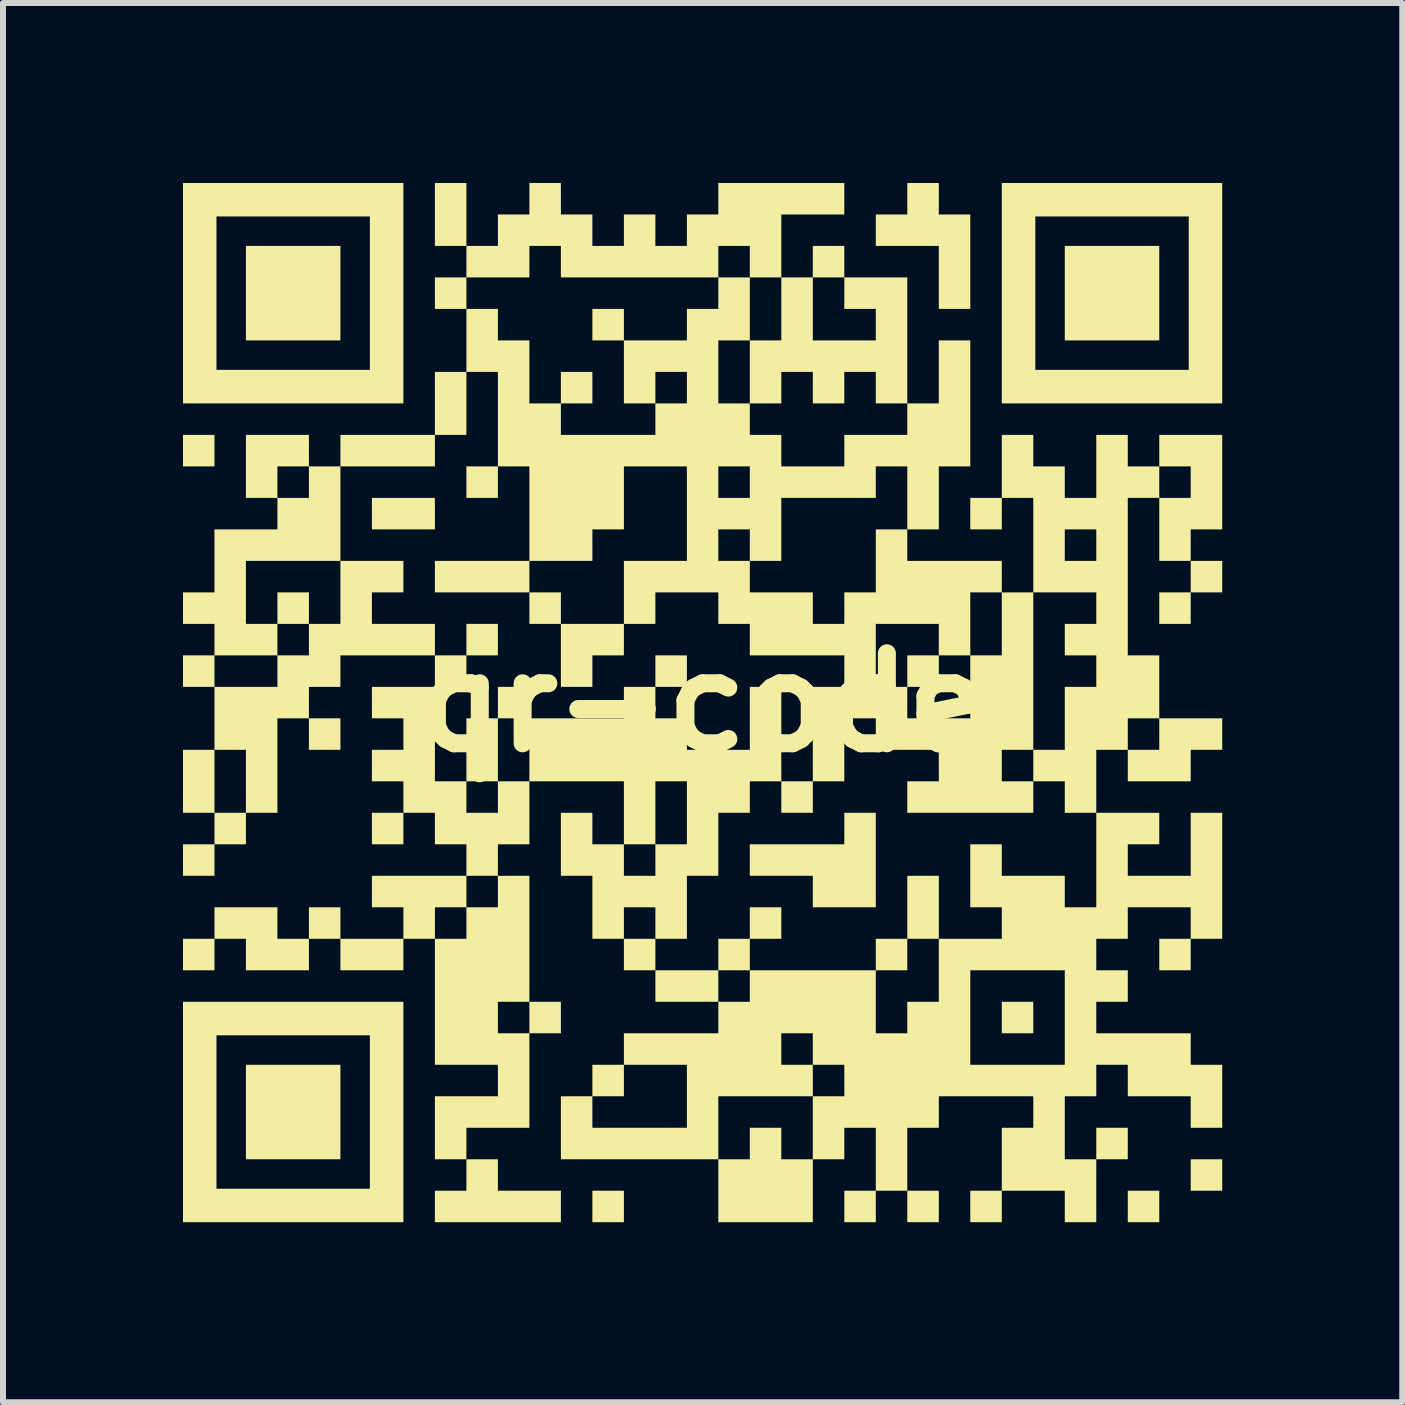
<source format=kicad_pcb>
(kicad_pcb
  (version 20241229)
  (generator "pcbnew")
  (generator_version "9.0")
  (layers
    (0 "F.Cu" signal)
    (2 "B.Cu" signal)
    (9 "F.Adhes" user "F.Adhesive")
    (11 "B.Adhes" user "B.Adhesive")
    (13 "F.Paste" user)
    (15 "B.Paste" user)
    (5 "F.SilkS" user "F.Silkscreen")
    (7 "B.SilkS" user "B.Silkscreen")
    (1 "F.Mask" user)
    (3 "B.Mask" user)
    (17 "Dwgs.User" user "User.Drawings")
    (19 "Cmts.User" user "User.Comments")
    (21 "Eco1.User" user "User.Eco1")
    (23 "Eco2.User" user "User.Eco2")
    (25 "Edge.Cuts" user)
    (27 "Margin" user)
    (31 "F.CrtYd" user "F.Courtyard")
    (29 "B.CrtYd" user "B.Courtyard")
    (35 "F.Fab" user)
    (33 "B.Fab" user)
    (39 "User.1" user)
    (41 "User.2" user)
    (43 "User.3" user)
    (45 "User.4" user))
  (footprint "qr-code"
    (layer "F.Cu")
    (at 8.661 8.661)
    (property "Reference" "qr-code" (at 0 0 0) (layer "F.SilkS") (effects (font (size 1.5 1.5) (thickness 0.3))))
    (attr board_only exclude_from_pos_files exclude_from_bom)
    (fp_poly (pts (xy -8.136 -4.199) (xy -8.136 -3.937) (xy -8.399 -3.937) (xy -8.661 -3.937) (xy -8.661 -4.199) (xy -8.661 -4.462) (xy -8.399 -4.462) (xy -8.136 -4.462)) (stroke (width 0) (type solid)) (fill yes) (layer "F.SilkS"))
    (fp_poly (pts (xy -6.562 -1.575) (xy -6.562 -1.312) (xy -6.824 -1.312) (xy -7.087 -1.312) (xy -7.087 -1.575) (xy -7.087 -1.837) (xy -6.824 -1.837) (xy -6.562 -1.837)) (stroke (width 0) (type solid)) (fill yes) (layer "F.SilkS"))
    (fp_poly (pts (xy -6.037 -6.824) (xy -6.037 -6.037) (xy -6.824 -6.037) (xy -7.612 -6.037) (xy -7.612 -6.824) (xy -7.612 -7.612) (xy -6.824 -7.612) (xy -6.037 -7.612)) (stroke (width 0) (type solid)) (fill yes) (layer "F.SilkS"))
    (fp_poly (pts (xy -6.037 0.525) (xy -6.037 0.787) (xy -6.299 0.787) (xy -6.562 0.787) (xy -6.562 0.525) (xy -6.562 0.262) (xy -6.299 0.262) (xy -6.037 0.262)) (stroke (width 0) (type solid)) (fill yes) (layer "F.SilkS"))
    (fp_poly (pts (xy -6.037 6.824) (xy -6.037 7.612) (xy -6.824 7.612) (xy -7.612 7.612) (xy -7.612 6.824) (xy -7.612 6.037) (xy -6.824 6.037) (xy -6.037 6.037)) (stroke (width 0) (type solid)) (fill yes) (layer "F.SilkS"))
    (fp_poly (pts (xy -4.462 -3.15) (xy -4.462 -2.887) (xy -4.987 -2.887) (xy -5.512 -2.887) (xy -5.512 -3.15) (xy -5.512 -3.412) (xy -4.987 -3.412) (xy -4.462 -3.412)) (stroke (width 0) (type solid)) (fill yes) (layer "F.SilkS"))
    (fp_poly (pts (xy -3.412 -3.675) (xy -3.412 -3.412) (xy -3.675 -3.412) (xy -3.937 -3.412) (xy -3.937 -3.675) (xy -3.937 -3.937) (xy -3.675 -3.937) (xy -3.412 -3.937)) (stroke (width 0) (type solid)) (fill yes) (layer "F.SilkS"))
    (fp_poly (pts (xy -3.412 -1.05) (xy -3.412 -0.787) (xy -3.675 -0.787) (xy -3.937 -0.787) (xy -3.937 -1.05) (xy -3.937 -1.312) (xy -3.675 -1.312) (xy -3.412 -1.312)) (stroke (width 0) (type solid)) (fill yes) (layer "F.SilkS"))
    (fp_poly (pts (xy -2.887 -2.1) (xy -2.887 -1.837) (xy -3.675 -1.837) (xy -4.462 -1.837) (xy -4.462 -2.1) (xy -4.462 -2.362) (xy -3.675 -2.362) (xy -2.887 -2.362)) (stroke (width 0) (type solid)) (fill yes) (layer "F.SilkS"))
    (fp_poly (pts (xy -2.362 -1.575) (xy -2.362 -1.312) (xy -2.625 -1.312) (xy -2.887 -1.312) (xy -2.887 -1.575) (xy -2.887 -1.837) (xy -2.625 -1.837) (xy -2.362 -1.837)) (stroke (width 0) (type solid)) (fill yes) (layer "F.SilkS"))
    (fp_poly (pts (xy -1.837 -5.249) (xy -1.837 -4.987) (xy -2.1 -4.987) (xy -2.362 -4.987) (xy -2.362 -5.249) (xy -2.362 -5.512) (xy -2.1 -5.512) (xy -1.837 -5.512)) (stroke (width 0) (type solid)) (fill yes) (layer "F.SilkS"))
    (fp_poly (pts (xy -1.312 -6.299) (xy -1.312 -6.037) (xy -1.575 -6.037) (xy -1.837 -6.037) (xy -1.837 -6.299) (xy -1.837 -6.562) (xy -1.575 -6.562) (xy -1.312 -6.562)) (stroke (width 0) (type solid)) (fill yes) (layer "F.SilkS"))
    (fp_poly (pts (xy -1.312 8.399) (xy -1.312 8.661) (xy -1.575 8.661) (xy -1.837 8.661) (xy -1.837 8.399) (xy -1.837 8.136) (xy -1.575 8.136) (xy -1.312 8.136)) (stroke (width 0) (type solid)) (fill yes) (layer "F.SilkS"))
    (fp_poly (pts (xy -0.787 4.199) (xy -0.787 4.462) (xy -1.05 4.462) (xy -1.312 4.462) (xy -1.312 4.199) (xy -1.312 3.937) (xy -1.05 3.937) (xy -0.787 3.937)) (stroke (width 0) (type solid)) (fill yes) (layer "F.SilkS"))
    (fp_poly (pts (xy -0.262 -0.525) (xy -0.262 -0.262) (xy -0.525 -0.262) (xy -0.787 -0.262) (xy -0.787 -0.525) (xy -0.787 -0.787) (xy -0.525 -0.787) (xy -0.262 -0.787)) (stroke (width 0) (type solid)) (fill yes) (layer "F.SilkS"))
    (fp_poly (pts (xy 1.837 1.575) (xy 1.837 1.837) (xy 1.575 1.837) (xy 1.312 1.837) (xy 1.312 1.575) (xy 1.312 1.312) (xy 1.575 1.312) (xy 1.837 1.312)) (stroke (width 0) (type solid)) (fill yes) (layer "F.SilkS"))
    (fp_poly (pts (xy 3.937 -0.525) (xy 3.937 -0.262) (xy 3.675 -0.262) (xy 3.412 -0.262) (xy 3.412 -0.525) (xy 3.412 -0.787) (xy 3.675 -0.787) (xy 3.937 -0.787)) (stroke (width 0) (type solid)) (fill yes) (layer "F.SilkS"))
    (fp_poly (pts (xy 3.937 8.399) (xy 3.937 8.661) (xy 3.675 8.661) (xy 3.412 8.661) (xy 3.412 8.399) (xy 3.412 8.136) (xy 3.675 8.136) (xy 3.937 8.136)) (stroke (width 0) (type solid)) (fill yes) (layer "F.SilkS"))
    (fp_poly (pts (xy 5.512 5.249) (xy 5.512 5.512) (xy 5.249 5.512) (xy 4.987 5.512) (xy 4.987 5.249) (xy 4.987 4.987) (xy 5.249 4.987) (xy 5.512 4.987)) (stroke (width 0) (type solid)) (fill yes) (layer "F.SilkS"))
    (fp_poly (pts (xy 7.612 -6.824) (xy 7.612 -6.037) (xy 6.824 -6.037) (xy 6.037 -6.037) (xy 6.037 -6.824) (xy 6.037 -7.612) (xy 6.824 -7.612) (xy 7.612 -7.612)) (stroke (width 0) (type solid)) (fill yes) (layer "F.SilkS"))
    (fp_poly (pts (xy 7.612 8.399) (xy 7.612 8.661) (xy 7.349 8.661) (xy 7.087 8.661) (xy 7.087 8.399) (xy 7.087 8.136) (xy 7.349 8.136) (xy 7.612 8.136)) (stroke (width 0) (type solid)) (fill yes) (layer "F.SilkS"))
    (fp_poly (pts (xy 8.661 7.874) (xy 8.661 8.136) (xy 8.399 8.136) (xy 8.136 8.136) (xy 8.136 7.874) (xy 8.136 7.612) (xy 8.399 7.612) (xy 8.661 7.612)) (stroke (width 0) (type solid)) (fill yes) (layer "F.SilkS"))
    (fp_poly (pts (xy -1.312 -1.05) (xy -1.312 -0.787) (xy -1.575 -0.787) (xy -1.837 -0.787) (xy -1.837 -0.525) (xy -1.837 -0.262) (xy -2.1 -0.262) (xy -2.362 -0.262) (xy -2.362 -0.787) (xy -2.362 -1.312) (xy -1.837 -1.312) (xy -1.312 -1.312)) (stroke (width 0) (type solid)) (fill yes) (layer "F.SilkS"))
    (fp_poly (pts (xy -3.412 7.874) (xy -3.412 8.136) (xy -2.887 8.136) (xy -2.362 8.136) (xy -2.362 8.399) (xy -2.362 8.661) (xy -3.412 8.661) (xy -4.462 8.661) (xy -4.462 8.399) (xy -4.462 8.136) (xy -4.199 8.136) (xy -3.937 8.136) (xy -3.937 7.874) (xy -3.937 7.612) (xy -3.675 7.612) (xy -3.412 7.612)) (stroke (width 0) (type solid)) (fill yes) (layer "F.SilkS"))
    (fp_poly (pts (xy -2.887 -0.000001) (xy -2.887 0.262) (xy -3.15 0.262) (xy -3.412 0.262) (xy -3.412 0.787) (xy -3.412 1.312) (xy -3.675 1.312) (xy -3.937 1.312) (xy -3.937 0.787) (xy -3.937 0.262) (xy -3.675 0.262) (xy -3.412 0.262) (xy -3.412 -0.000001) (xy -3.412 -0.262) (xy -3.15 -0.262) (xy -2.887 -0.262)) (stroke (width 0) (type solid)) (fill yes) (layer "F.SilkS"))
    (fp_poly (pts (xy 1.312 3.675) (xy 1.312 3.937) (xy 1.05 3.937) (xy 0.787 3.937) (xy 0.787 4.199) (xy 0.787 4.462) (xy 0.525 4.462) (xy 0.262 4.462) (xy 0.262 4.199) (xy 0.262 3.937) (xy 0.525 3.937) (xy 0.787 3.937) (xy 0.787 3.675) (xy 0.787 3.412) (xy 1.05 3.412) (xy 1.312 3.412)) (stroke (width 0) (type solid)) (fill yes) (layer "F.SilkS"))
    (fp_poly (pts (xy 2.887 2.625) (xy 2.887 3.412) (xy 2.362 3.412) (xy 1.837 3.412) (xy 1.837 3.15) (xy 1.837 2.887) (xy 1.312 2.887) (xy 0.787 2.887) (xy 0.787 2.625) (xy 0.787 2.362) (xy 1.575 2.362) (xy 2.362 2.362) (xy 2.362 2.1) (xy 2.362 1.837) (xy 2.625 1.837) (xy 2.887 1.837)) (stroke (width 0) (type solid)) (fill yes) (layer "F.SilkS"))
    (fp_poly (pts (xy 3.937 3.412) (xy 3.937 3.937) (xy 3.675 3.937) (xy 3.412 3.937) (xy 3.412 4.199) (xy 3.412 4.462) (xy 3.15 4.462) (xy 2.887 4.462) (xy 2.887 4.199) (xy 2.887 3.937) (xy 3.15 3.937) (xy 3.412 3.937) (xy 3.412 3.412) (xy 3.412 2.887) (xy 3.675 2.887) (xy 3.937 2.887)) (stroke (width 0) (type solid)) (fill yes) (layer "F.SilkS"))
    (fp_poly (pts (xy 8.661 -2.1) (xy 8.661 -1.837) (xy 8.399 -1.837) (xy 8.136 -1.837) (xy 8.136 -1.575) (xy 8.136 -1.312) (xy 7.874 -1.312) (xy 7.612 -1.312) (xy 7.612 -1.575) (xy 7.612 -1.837) (xy 7.874 -1.837) (xy 8.136 -1.837) (xy 8.136 -2.1) (xy 8.136 -2.362) (xy 8.399 -2.362) (xy 8.661 -2.362)) (stroke (width 0) (type solid)) (fill yes) (layer "F.SilkS"))
    (fp_poly (pts (xy -4.987 -6.824) (xy -4.987 -4.987) (xy -6.824 -4.987) (xy -8.661 -4.987) (xy -8.661 -6.824) (xy -8.103 -6.824) (xy -8.103 -5.546) (xy -6.824 -5.546) (xy -5.546 -5.546) (xy -5.546 -6.824) (xy -5.546 -8.103) (xy -6.824 -8.103) (xy -8.103 -8.103) (xy -8.103 -6.824) (xy -8.661 -6.824) (xy -8.661 -8.661) (xy -6.824 -8.661) (xy -4.987 -8.661)) (stroke (width 0) (type solid)) (fill yes) (layer "F.SilkS"))
    (fp_poly (pts (xy -4.987 6.824) (xy -4.987 8.661) (xy -6.824 8.661) (xy -8.661 8.661) (xy -8.661 6.824) (xy -8.103 6.824) (xy -8.103 8.103) (xy -6.824 8.103) (xy -5.546 8.103) (xy -5.546 6.824) (xy -5.546 5.546) (xy -6.824 5.546) (xy -8.103 5.546) (xy -8.103 6.824) (xy -8.661 6.824) (xy -8.661 4.987) (xy -6.824 4.987) (xy -4.987 4.987)) (stroke (width 0) (type solid)) (fill yes) (layer "F.SilkS"))
    (fp_poly (pts (xy 8.661 -6.824) (xy 8.661 -4.987) (xy 6.824 -4.987) (xy 4.987 -4.987) (xy 4.987 -6.824) (xy 5.546 -6.824) (xy 5.546 -5.546) (xy 6.824 -5.546) (xy 8.103 -5.546) (xy 8.103 -6.824) (xy 8.103 -8.103) (xy 6.824 -8.103) (xy 5.546 -8.103) (xy 5.546 -6.824) (xy 4.987 -6.824) (xy 4.987 -8.661) (xy 6.824 -8.661) (xy 8.661 -8.661)) (stroke (width 0) (type solid)) (fill yes) (layer "F.SilkS"))
    (fp_poly (pts (xy 3.937 -8.399) (xy 3.937 -8.136) (xy 4.199 -8.136) (xy 4.462 -8.136) (xy 4.462 -7.349) (xy 4.462 -6.562) (xy 4.199 -6.562) (xy 3.937 -6.562) (xy 3.937 -7.087) (xy 3.937 -7.612) (xy 3.412 -7.612) (xy 2.887 -7.612) (xy 2.887 -7.874) (xy 2.887 -8.136) (xy 3.15 -8.136) (xy 3.412 -8.136) (xy 3.412 -8.399) (xy 3.412 -8.661) (xy 3.675 -8.661) (xy 3.937 -8.661)) (stroke (width 0) (type solid)) (fill yes) (layer "F.SilkS"))
    (fp_poly (pts (xy -3.937 -0.525) (xy -3.937 -0.262) (xy -4.199 -0.262) (xy -4.462 -0.262) (xy -4.462 0.525) (xy -4.462 1.312) (xy -4.199 1.312) (xy -3.937 1.312) (xy -3.937 1.575) (xy -3.937 1.837) (xy -3.675 1.837) (xy -3.412 1.837) (xy -3.412 1.575) (xy -3.412 1.312) (xy -3.15 1.312) (xy -2.887 1.312) (xy -2.887 0.787) (xy -2.887 0.262) (xy -2.1 0.262) (xy -1.312 0.262) (xy -1.312 -0.000001) (xy -1.312 -0.262) (xy -1.05 -0.262) (xy -0.787 -0.262) (xy -0.787 -0.000001) (xy -0.787 0.262) (xy -0.525 0.262) (xy -0.262 0.262) (xy -0.262 0.525) (xy -0.262 0.787) (xy 0.262 0.787) (xy 0.787 0.787) (xy 0.787 0.262) (xy 0.787 -0.262) (xy 1.05 -0.262) (xy 1.312 -0.262) (xy 1.312 0.525) (xy 1.312 1.312) (xy 1.05 1.312) (xy 0.787 1.312) (xy 0.787 1.575) (xy 0.787 1.837) (xy 0.525 1.837) (xy 0.262 1.837) (xy 0.262 2.362) (xy 0.262 2.887) (xy -0.000001 2.887) (xy -0.262 2.887) (xy -0.262 3.412) (xy -0.262 3.937) (xy -0.525 3.937) (xy -0.787 3.937) (xy -0.787 3.675) (xy -0.787 3.412) (xy -1.05 3.412) (xy -1.312 3.412) (xy -1.312 3.675) (xy -1.312 3.937) (xy -1.575 3.937) (xy -1.837 3.937) (xy -1.837 3.412) (xy -1.837 2.887) (xy -2.1 2.887) (xy -2.362 2.887) (xy -2.362 2.362) (xy -2.362 1.837) (xy -2.1 1.837) (xy -1.837 1.837) (xy -1.837 2.1) (xy -1.837 2.362) (xy -1.575 2.362) (xy -1.312 2.362) (xy -1.312 2.625) (xy -1.312 2.887) (xy -1.05 2.887) (xy -0.787 2.887) (xy -0.787 2.625) (xy -0.787 2.362) (xy -0.525 2.362) (xy -0.262 2.362) (xy -0.262 1.837) (xy -0.262 1.312) (xy -0.525 1.312) (xy -0.787 1.312) (xy -0.787 1.837) (xy -0.787 2.362) (xy -1.05 2.362) (xy -1.312 2.362) (xy -1.312 1.837) (xy -1.312 1.312) (xy -2.1 1.312) (xy -2.887 1.312) (xy -2.887 1.837) (xy -2.887 2.362) (xy -3.15 2.362) (xy -3.412 2.362) (xy -3.412 2.625) (xy -3.412 2.887) (xy -3.675 2.887) (xy -3.937 2.887) (xy -3.937 3.15) (xy -3.937 3.412) (xy -4.199 3.412) (xy -4.462 3.412) (xy -4.462 3.675) (xy -4.462 3.937) (xy -4.199 3.937) (xy -3.937 3.937) (xy -3.937 3.675) (xy -3.937 3.412) (xy -3.675 3.412) (xy -3.412 3.412) (xy -3.412 3.15) (xy -3.412 2.887) (xy -3.15 2.887) (xy -2.887 2.887) (xy -2.887 3.937) (xy -2.887 4.987) (xy -3.15 4.987) (xy -3.412 4.987) (xy -3.412 5.249) (xy -3.412 5.512) (xy -3.15 5.512) (xy -2.887 5.512) (xy -2.887 5.249) (xy -2.887 4.987) (xy -2.625 4.987) (xy -2.362 4.987) (xy -2.362 5.249) (xy -2.362 5.512) (xy -2.625 5.512) (xy -2.887 5.512) (xy -2.887 6.299) (xy -2.887 7.087) (xy -3.412 7.087) (xy -3.937 7.087) (xy -3.937 7.349) (xy -3.937 7.612) (xy -4.199 7.612) (xy -4.462 7.612) (xy -4.462 7.087) (xy -4.462 6.562) (xy -3.937 6.562) (xy -3.412 6.562) (xy -3.412 6.299) (xy -3.412 6.037) (xy -3.937 6.037) (xy -4.462 6.037) (xy -4.462 4.987) (xy -4.462 3.937) (xy -4.724 3.937) (xy -4.987 3.937) (xy -4.987 4.199) (xy -4.987 4.462) (xy -5.512 4.462) (xy -6.037 4.462) (xy -6.037 4.199) (xy -6.037 3.937) (xy -6.299 3.937) (xy -6.562 3.937) (xy -6.562 4.199) (xy -6.562 4.462) (xy -7.087 4.462) (xy -7.612 4.462) (xy -7.612 4.199) (xy -7.612 3.937) (xy -7.874 3.937) (xy -8.136 3.937) (xy -8.136 4.199) (xy -8.136 4.462) (xy -8.399 4.462) (xy -8.661 4.462) (xy -8.661 4.199) (xy -8.661 3.937) (xy -8.399 3.937) (xy -8.136 3.937) (xy -8.136 3.675) (xy -8.136 3.412) (xy -7.612 3.412) (xy -7.087 3.412) (xy -7.087 3.675) (xy -7.087 3.937) (xy -6.824 3.937) (xy -6.562 3.937) (xy -6.562 3.675) (xy -6.562 3.412) (xy -6.299 3.412) (xy -6.037 3.412) (xy -6.037 3.675) (xy -6.037 3.937) (xy -5.512 3.937) (xy -4.987 3.937) (xy -4.987 3.675) (xy -4.987 3.412) (xy -5.249 3.412) (xy -5.512 3.412) (xy -5.512 3.15) (xy -5.512 2.887) (xy -4.724 2.887) (xy -3.937 2.887) (xy -3.937 2.625) (xy -3.937 2.362) (xy -4.199 2.362) (xy -4.462 2.362) (xy -4.462 2.1) (xy -4.462 1.837) (xy -4.724 1.837) (xy -4.987 1.837) (xy -4.987 2.1) (xy -4.987 2.362) (xy -5.249 2.362) (xy -5.512 2.362) (xy -5.512 2.1) (xy -5.512 1.837) (xy -5.249 1.837) (xy -4.987 1.837) (xy -4.987 1.575) (xy -4.987 1.312) (xy -5.249 1.312) (xy -5.512 1.312) (xy -5.512 1.05) (xy -5.512 0.787) (xy -5.249 0.787) (xy -4.987 0.787) (xy -4.987 0.525) (xy -4.987 0.262) (xy -5.249 0.262) (xy -5.512 0.262) (xy -5.512 -0.000001) (xy -5.512 -0.262) (xy -4.987 -0.262) (xy -4.462 -0.262) (xy -4.462 -0.525) (xy -4.462 -0.787) (xy -4.199 -0.787) (xy -3.937 -0.787)) (stroke (width 0) (type solid)) (fill yes) (layer "F.SilkS"))
    (fp_poly (pts (xy 7.612 2.1) (xy 7.612 2.362) (xy 7.349 2.362) (xy 7.087 2.362) (xy 7.087 2.625) (xy 7.087 2.887) (xy 7.612 2.887) (xy 8.136 2.887) (xy 8.136 2.362) (xy 8.136 1.837) (xy 8.399 1.837) (xy 8.661 1.837) (xy 8.661 2.887) (xy 8.661 3.937) (xy 8.399 3.937) (xy 8.136 3.937) (xy 8.136 4.199) (xy 8.136 4.462) (xy 7.874 4.462) (xy 7.612 4.462) (xy 7.612 4.199) (xy 7.612 3.937) (xy 7.874 3.937) (xy 8.136 3.937) (xy 8.136 3.675) (xy 8.136 3.412) (xy 7.612 3.412) (xy 7.087 3.412) (xy 7.087 3.675) (xy 7.087 3.937) (xy 6.824 3.937) (xy 6.562 3.937) (xy 6.562 4.199) (xy 6.562 4.462) (xy 6.824 4.462) (xy 7.087 4.462) (xy 7.087 4.724) (xy 7.087 4.987) (xy 6.824 4.987) (xy 6.562 4.987) (xy 6.562 5.249) (xy 6.562 5.512) (xy 7.349 5.512) (xy 8.136 5.512) (xy 8.136 5.774) (xy 8.136 6.037) (xy 8.399 6.037) (xy 8.661 6.037) (xy 8.661 6.562) (xy 8.661 7.087) (xy 8.399 7.087) (xy 8.136 7.087) (xy 8.136 6.824) (xy 8.136 6.562) (xy 7.612 6.562) (xy 7.087 6.562) (xy 7.087 6.299) (xy 7.087 6.037) (xy 6.824 6.037) (xy 6.562 6.037) (xy 6.562 6.299) (xy 6.562 6.562) (xy 6.299 6.562) (xy 6.037 6.562) (xy 6.037 7.087) (xy 6.037 7.612) (xy 6.299 7.612) (xy 6.562 7.612) (xy 6.562 7.349) (xy 6.562 7.087) (xy 6.824 7.087) (xy 7.087 7.087) (xy 7.087 7.349) (xy 7.087 7.612) (xy 6.824 7.612) (xy 6.562 7.612) (xy 6.562 8.136) (xy 6.562 8.661) (xy 6.299 8.661) (xy 6.037 8.661) (xy 6.037 8.399) (xy 6.037 8.136) (xy 5.512 8.136) (xy 4.987 8.136) (xy 4.987 8.399) (xy 4.987 8.661) (xy 4.724 8.661) (xy 4.462 8.661) (xy 4.462 8.399) (xy 4.462 8.136) (xy 4.724 8.136) (xy 4.987 8.136) (xy 4.987 7.612) (xy 4.987 7.087) (xy 5.249 7.087) (xy 5.512 7.087) (xy 5.512 6.824) (xy 5.512 6.562) (xy 4.724 6.562) (xy 3.937 6.562) (xy 3.937 6.824) (xy 3.937 7.087) (xy 3.675 7.087) (xy 3.412 7.087) (xy 3.412 7.612) (xy 3.412 8.136) (xy 3.15 8.136) (xy 2.887 8.136) (xy 2.887 8.399) (xy 2.887 8.661) (xy 2.625 8.661) (xy 2.362 8.661) (xy 2.362 8.399) (xy 2.362 8.136) (xy 2.625 8.136) (xy 2.887 8.136) (xy 2.887 7.612) (xy 2.887 7.087) (xy 2.625 7.087) (xy 2.362 7.087) (xy 2.362 7.349) (xy 2.362 7.612) (xy 2.1 7.612) (xy 1.837 7.612) (xy 1.837 8.136) (xy 1.837 8.661) (xy 1.05 8.661) (xy 0.262 8.661) (xy 0.262 8.136) (xy 0.262 7.612) (xy -1.05 7.612) (xy -2.362 7.612) (xy -2.362 7.087) (xy -2.362 6.562) (xy -2.1 6.562) (xy -1.837 6.562) (xy -1.837 6.824) (xy -1.837 7.087) (xy -1.05 7.087) (xy -0.262 7.087) (xy -0.262 6.562) (xy 0.262 6.562) (xy 0.262 7.087) (xy 0.262 7.612) (xy 0.525 7.612) (xy 0.787 7.612) (xy 0.787 7.349) (xy 0.787 7.087) (xy 1.05 7.087) (xy 1.312 7.087) (xy 1.312 7.349) (xy 1.312 7.612) (xy 1.575 7.612) (xy 1.837 7.612) (xy 1.837 7.087) (xy 1.837 6.562) (xy 2.1 6.562) (xy 2.362 6.562) (xy 2.362 6.299) (xy 2.362 6.037) (xy 2.1 6.037) (xy 1.837 6.037) (xy 1.837 6.299) (xy 1.837 6.562) (xy 1.05 6.562) (xy 0.262 6.562) (xy -0.262 6.562) (xy -0.262 6.037) (xy -0.787 6.037) (xy -1.312 6.037) (xy -1.312 6.299) (xy -1.312 6.562) (xy -1.575 6.562) (xy -1.837 6.562) (xy -1.837 6.299) (xy -1.837 6.037) (xy -1.575 6.037) (xy -1.312 6.037) (xy -1.312 5.774) (xy 1.312 5.774) (xy 1.312 6.037) (xy 1.575 6.037) (xy 1.837 6.037) (xy 1.837 5.774) (xy 1.837 5.512) (xy 1.575 5.512) (xy 1.312 5.512) (xy 1.312 5.774) (xy -1.312 5.774) (xy -1.312 5.512) (xy -0.525 5.512) (xy 0.262 5.512) (xy 0.262 5.249) (xy 0.262 4.987) (xy -0.262 4.987) (xy -0.787 4.987) (xy -0.787 4.724) (xy -0.787 4.462) (xy -0.262 4.462) (xy 0.262 4.462) (xy 0.262 4.724) (xy 0.262 4.987) (xy 0.525 4.987) (xy 0.787 4.987) (xy 0.787 4.724) (xy 0.787 4.462) (xy 1.837 4.462) (xy 2.887 4.462) (xy 2.887 4.987) (xy 2.887 5.512) (xy 3.15 5.512) (xy 3.412 5.512) (xy 3.412 5.249) (xy 4.462 5.249) (xy 4.462 6.037) (xy 5.249 6.037) (xy 6.037 6.037) (xy 6.037 5.249) (xy 6.037 4.462) (xy 5.249 4.462) (xy 4.462 4.462) (xy 4.462 5.249) (xy 3.412 5.249) (xy 3.412 4.987) (xy 3.675 4.987) (xy 3.937 4.987) (xy 3.937 4.462) (xy 3.937 3.937) (xy 4.462 3.937) (xy 4.987 3.937) (xy 4.987 3.675) (xy 4.987 3.412) (xy 4.724 3.412) (xy 4.462 3.412) (xy 4.462 2.887) (xy 4.462 2.362) (xy 4.724 2.362) (xy 4.987 2.362) (xy 4.987 2.625) (xy 4.987 2.887) (xy 5.512 2.887) (xy 6.037 2.887) (xy 6.037 3.15) (xy 6.037 3.412) (xy 6.299 3.412) (xy 6.562 3.412) (xy 6.562 2.625) (xy 6.562 1.837) (xy 7.087 1.837) (xy 7.612 1.837)) (stroke (width 0) (type solid)) (fill yes) (layer "F.SilkS"))
    (fp_poly (pts (xy -3.937 -8.136) (xy -3.937 -7.612) (xy -3.675 -7.612) (xy -3.412 -7.612) (xy -3.412 -7.874) (xy -3.412 -8.136) (xy -3.15 -8.136) (xy -2.887 -8.136) (xy -2.887 -8.399) (xy -2.887 -8.661) (xy -2.625 -8.661) (xy -2.362 -8.661) (xy -2.362 -8.399) (xy -2.362 -8.136) (xy -2.1 -8.136) (xy -1.837 -8.136) (xy -1.837 -7.874) (xy -1.837 -7.612) (xy -1.575 -7.612) (xy -1.312 -7.612) (xy -1.312 -7.874) (xy -1.312 -8.136) (xy -1.05 -8.136) (xy -0.787 -8.136) (xy -0.787 -7.874) (xy -0.787 -7.612) (xy -0.525 -7.612) (xy -0.262 -7.612) (xy -0.262 -7.874) (xy -0.262 -8.136) (xy -0.000001 -8.136) (xy 0.262 -8.136) (xy 0.262 -8.399) (xy 0.262 -8.661) (xy 1.312 -8.661) (xy 2.362 -8.661) (xy 2.362 -8.399) (xy 2.362 -8.136) (xy 1.837 -8.136) (xy 1.312 -8.136) (xy 1.312 -7.612) (xy 1.312 -7.087) (xy 1.575 -7.087) (xy 1.837 -7.087) (xy 1.837 -7.349) (xy 1.837 -7.612) (xy 2.1 -7.612) (xy 2.362 -7.612) (xy 2.362 -7.349) (xy 2.362 -7.087) (xy 2.1 -7.087) (xy 1.837 -7.087) (xy 1.837 -6.562) (xy 1.837 -6.037) (xy 2.362 -6.037) (xy 2.887 -6.037) (xy 2.887 -6.299) (xy 2.887 -6.562) (xy 2.625 -6.562) (xy 2.362 -6.562) (xy 2.362 -6.824) (xy 2.362 -7.087) (xy 2.887 -7.087) (xy 3.412 -7.087) (xy 3.412 -6.037) (xy 3.412 -4.987) (xy 3.675 -4.987) (xy 3.937 -4.987) (xy 3.937 -5.512) (xy 3.937 -6.037) (xy 4.199 -6.037) (xy 4.462 -6.037) (xy 4.462 -4.987) (xy 4.462 -3.937) (xy 4.199 -3.937) (xy 3.937 -3.937) (xy 3.937 -3.412) (xy 3.937 -2.887) (xy 3.675 -2.887) (xy 3.412 -2.887) (xy 3.412 -2.625) (xy 3.412 -2.362) (xy 4.199 -2.362) (xy 4.987 -2.362) (xy 4.987 -2.1) (xy 4.987 -1.837) (xy 5.249 -1.837) (xy 5.512 -1.837) (xy 5.512 -2.625) (xy 6.037 -2.625) (xy 6.037 -2.362) (xy 6.299 -2.362) (xy 6.562 -2.362) (xy 6.562 -2.625) (xy 6.562 -2.887) (xy 6.299 -2.887) (xy 6.037 -2.887) (xy 6.037 -2.625) (xy 5.512 -2.625) (xy 5.512 -3.412) (xy 5.249 -3.412) (xy 4.987 -3.412) (xy 4.987 -3.15) (xy 4.987 -2.887) (xy 4.724 -2.887) (xy 4.462 -2.887) (xy 4.462 -3.15) (xy 4.462 -3.412) (xy 4.724 -3.412) (xy 4.987 -3.412) (xy 4.987 -3.937) (xy 4.987 -4.462) (xy 5.249 -4.462) (xy 5.512 -4.462) (xy 5.512 -4.199) (xy 5.512 -3.937) (xy 5.774 -3.937) (xy 6.037 -3.937) (xy 6.037 -3.675) (xy 6.037 -3.412) (xy 6.299 -3.412) (xy 6.562 -3.412) (xy 6.562 -3.675) (xy 7.612 -3.675) (xy 7.612 -3.412) (xy 7.874 -3.412) (xy 8.136 -3.412) (xy 8.136 -3.675) (xy 8.136 -3.937) (xy 7.874 -3.937) (xy 7.612 -3.937) (xy 7.612 -3.675) (xy 6.562 -3.675) (xy 6.562 -3.937) (xy 6.562 -4.462) (xy 6.824 -4.462) (xy 7.087 -4.462) (xy 7.087 -4.199) (xy 7.087 -3.937) (xy 7.349 -3.937) (xy 7.612 -3.937) (xy 7.612 -4.199) (xy 7.612 -4.462) (xy 8.136 -4.462) (xy 8.661 -4.462) (xy 8.661 -3.675) (xy 8.661 -2.887) (xy 8.399 -2.887) (xy 8.136 -2.887) (xy 8.136 -2.625) (xy 8.136 -2.362) (xy 7.874 -2.362) (xy 7.612 -2.362) (xy 7.612 -2.887) (xy 7.612 -3.412) (xy 7.349 -3.412) (xy 7.087 -3.412) (xy 7.087 -2.1) (xy 7.087 -0.787) (xy 7.349 -0.787) (xy 7.612 -0.787) (xy 7.612 -0.262) (xy 7.612 0.262) (xy 7.349 0.262) (xy 7.087 0.262) (xy 7.087 0.525) (xy 7.087 0.787) (xy 7.349 0.787) (xy 7.612 0.787) (xy 7.612 0.525) (xy 7.612 0.262) (xy 8.136 0.262) (xy 8.661 0.262) (xy 8.661 0.525) (xy 8.661 0.787) (xy 8.399 0.787) (xy 8.136 0.787) (xy 8.136 1.05) (xy 8.136 1.312) (xy 7.612 1.312) (xy 7.087 1.312) (xy 7.087 1.05) (xy 7.087 0.787) (xy 6.824 0.787) (xy 6.562 0.787) (xy 6.562 1.312) (xy 6.562 1.837) (xy 6.299 1.837) (xy 6.037 1.837) (xy 6.037 1.575) (xy 6.037 1.312) (xy 5.774 1.312) (xy 5.512 1.312) (xy 5.512 1.575) (xy 5.512 1.837) (xy 4.462 1.837) (xy 3.412 1.837) (xy 3.412 1.575) (xy 3.412 1.312) (xy 3.675 1.312) (xy 3.937 1.312) (xy 3.937 1.05) (xy 3.937 0.787) (xy 4.987 0.787) (xy 4.987 1.05) (xy 4.987 1.312) (xy 5.249 1.312) (xy 5.512 1.312) (xy 5.512 1.05) (xy 5.512 0.787) (xy 5.774 0.787) (xy 6.037 0.787) (xy 6.037 0.262) (xy 6.037 -0.262) (xy 6.299 -0.262) (xy 6.562 -0.262) (xy 6.562 -0.525) (xy 6.562 -0.787) (xy 6.299 -0.787) (xy 6.037 -0.787) (xy 6.037 -1.05) (xy 6.037 -1.312) (xy 6.299 -1.312) (xy 6.562 -1.312) (xy 6.562 -1.575) (xy 6.562 -1.837) (xy 6.037 -1.837) (xy 5.512 -1.837) (xy 5.512 -0.525) (xy 5.512 0.787) (xy 5.249 0.787) (xy 4.987 0.787) (xy 3.937 0.787) (xy 3.412 0.787) (xy 2.887 0.787) (xy 2.887 0.525) (xy 2.887 0.262) (xy 2.625 0.262) (xy 2.362 0.262) (xy 2.362 0.787) (xy 2.362 1.312) (xy 2.1 1.312) (xy 1.837 1.312) (xy 1.837 0.525) (xy 1.837 -0.262) (xy 2.1 -0.262) (xy 2.362 -0.262) (xy 2.362 -0.525) (xy 2.362 -0.787) (xy 1.575 -0.787) (xy 0.787 -0.787) (xy 0.787 -1.05) (xy 0.787 -1.312) (xy 0.525 -1.312) (xy 0.262 -1.312) (xy 0.262 -1.575) (xy 0.262 -1.837) (xy -0.262 -1.837) (xy -0.787 -1.837) (xy -0.787 -1.575) (xy -0.787 -1.312) (xy -1.05 -1.312) (xy -1.312 -1.312) (xy -1.312 -1.837) (xy -1.312 -2.362) (xy -0.787 -2.362) (xy -0.262 -2.362) (xy -0.262 -2.887) (xy 0.262 -2.887) (xy 0.262 -2.625) (xy 0.262 -2.362) (xy 0.525 -2.362) (xy 0.787 -2.362) (xy 0.787 -2.1) (xy 0.787 -1.837) (xy 1.312 -1.837) (xy 1.837 -1.837) (xy 1.837 -1.575) (xy 1.837 -1.312) (xy 2.1 -1.312) (xy 2.362 -1.312) (xy 2.887 -1.312) (xy 2.887 -0.787) (xy 2.887 -0.262) (xy 3.15 -0.262) (xy 3.412 -0.262) (xy 3.412 -0.000001) (xy 3.412 0.262) (xy 3.937 0.262) (xy 4.462 0.262) (xy 4.462 -0.262) (xy 4.462 -0.787) (xy 4.724 -0.787) (xy 4.987 -0.787) (xy 4.987 -1.312) (xy 4.987 -1.837) (xy 4.724 -1.837) (xy 4.462 -1.837) (xy 4.462 -1.312) (xy 4.462 -0.787) (xy 4.199 -0.787) (xy 3.937 -0.787) (xy 3.937 -1.05) (xy 3.937 -1.312) (xy 3.412 -1.312) (xy 2.887 -1.312) (xy 2.362 -1.312) (xy 2.362 -1.575) (xy 2.362 -1.837) (xy 2.625 -1.837) (xy 2.887 -1.837) (xy 2.887 -2.362) (xy 2.887 -2.887) (xy 3.15 -2.887) (xy 3.412 -2.887) (xy 3.412 -3.412) (xy 3.412 -3.937) (xy 3.15 -3.937) (xy 2.887 -3.937) (xy 2.887 -3.675) (xy 2.887 -3.412) (xy 2.1 -3.412) (xy 1.312 -3.412) (xy 1.312 -2.887) (xy 1.312 -2.362) (xy 1.05 -2.362) (xy 0.787 -2.362) (xy 0.787 -2.625) (xy 0.787 -2.887) (xy 0.525 -2.887) (xy 0.262 -2.887) (xy -0.262 -2.887) (xy -0.262 -3.15) (xy -0.262 -3.675) (xy 0.262 -3.675) (xy 0.262 -3.412) (xy 0.525 -3.412) (xy 0.787 -3.412) (xy 0.787 -3.675) (xy 0.787 -3.937) (xy 0.525 -3.937) (xy 0.262 -3.937) (xy 0.262 -3.675) (xy -0.262 -3.675) (xy -0.262 -3.937) (xy -0.787 -3.937) (xy -1.312 -3.937) (xy -1.312 -3.412) (xy -1.312 -2.887) (xy -1.575 -2.887) (xy -1.837 -2.887) (xy -1.837 -2.625) (xy -1.837 -2.362) (xy -2.362 -2.362) (xy -2.887 -2.362) (xy -2.887 -3.15) (xy -2.887 -3.937) (xy -3.15 -3.937) (xy -3.412 -3.937) (xy -3.412 -4.724) (xy -3.412 -5.512) (xy -3.675 -5.512) (xy -3.937 -5.512) (xy -3.937 -4.987) (xy -3.937 -4.462) (xy -4.199 -4.462) (xy -4.462 -4.462) (xy -4.462 -4.199) (xy -4.462 -3.937) (xy -5.249 -3.937) (xy -6.037 -3.937) (xy -6.037 -3.15) (xy -6.037 -2.362) (xy -6.824 -2.362) (xy -7.612 -2.362) (xy -7.612 -1.837) (xy -7.612 -1.312) (xy -7.349 -1.312) (xy -7.087 -1.312) (xy -7.087 -1.05) (xy -7.087 -0.787) (xy -7.612 -0.787) (xy -8.136 -0.787) (xy -8.136 -0.525) (xy -8.136 -0.262) (xy -7.612 -0.262) (xy -7.087 -0.262) (xy -7.087 -0.525) (xy -7.087 -0.787) (xy -6.824 -0.787) (xy -6.562 -0.787) (xy -6.562 -1.05) (xy -6.562 -1.312) (xy -6.299 -1.312) (xy -6.037 -1.312) (xy -6.037 -1.837) (xy -6.037 -2.362) (xy -5.512 -2.362) (xy -4.987 -2.362) (xy -4.987 -2.1) (xy -4.987 -1.837) (xy -5.249 -1.837) (xy -5.512 -1.837) (xy -5.512 -1.575) (xy -5.512 -1.312) (xy -4.987 -1.312) (xy -4.462 -1.312) (xy -4.462 -1.05) (xy -4.462 -0.787) (xy -5.249 -0.787) (xy -6.037 -0.787) (xy -6.037 -0.525) (xy -6.037 -0.262) (xy -6.299 -0.262) (xy -6.562 -0.262) (xy -6.562 -0.000001) (xy -6.562 0.262) (xy -6.824 0.262) (xy -7.087 0.262) (xy -7.087 1.05) (xy -7.087 1.837) (xy -7.349 1.837) (xy -7.612 1.837) (xy -7.612 2.1) (xy -7.612 2.362) (xy -7.874 2.362) (xy -8.136 2.362) (xy -8.136 2.625) (xy -8.136 2.887) (xy -8.399 2.887) (xy -8.661 2.887) (xy -8.661 2.625) (xy -8.661 2.362) (xy -8.399 2.362) (xy -8.136 2.362) (xy -8.136 2.1) (xy -8.136 1.837) (xy -8.399 1.837) (xy -8.661 1.837) (xy -8.661 1.312) (xy -8.136 1.312) (xy -8.136 1.837) (xy -7.874 1.837) (xy -7.612 1.837) (xy -7.612 1.312) (xy -7.612 0.787) (xy -7.874 0.787) (xy -8.136 0.787) (xy -8.136 1.312) (xy -8.661 1.312) (xy -8.661 0.787) (xy -8.399 0.787) (xy -8.136 0.787) (xy -8.136 0.262) (xy -8.136 -0.262) (xy -8.399 -0.262) (xy -8.661 -0.262) (xy -8.661 -0.525) (xy -8.661 -0.787) (xy -8.399 -0.787) (xy -8.136 -0.787) (xy -8.136 -1.05) (xy -8.136 -1.312) (xy -8.399 -1.312) (xy -8.661 -1.312) (xy -8.661 -1.575) (xy -8.661 -1.837) (xy -8.399 -1.837) (xy -8.136 -1.837) (xy -8.136 -2.362) (xy -8.136 -2.887) (xy -7.612 -2.887) (xy -7.087 -2.887) (xy -7.087 -3.15) (xy -7.087 -3.412) (xy -7.349 -3.412) (xy -7.612 -3.412) (xy -7.612 -3.675) (xy -7.087 -3.675) (xy -7.087 -3.412) (xy -6.824 -3.412) (xy -6.562 -3.412) (xy -6.562 -3.675) (xy -6.562 -3.937) (xy -6.824 -3.937) (xy -7.087 -3.937) (xy -7.087 -3.675) (xy -7.612 -3.675) (xy -7.612 -3.937) (xy -7.612 -4.462) (xy -7.087 -4.462) (xy -6.562 -4.462) (xy -6.562 -4.199) (xy -6.562 -3.937) (xy -6.299 -3.937) (xy -6.037 -3.937) (xy -6.037 -4.199) (xy -6.037 -4.462) (xy -5.249 -4.462) (xy -4.462 -4.462) (xy -4.462 -4.987) (xy -4.462 -5.512) (xy -4.199 -5.512) (xy -3.937 -5.512) (xy -3.937 -6.037) (xy -3.937 -6.562) (xy -3.675 -6.562) (xy -3.412 -6.562) (xy -3.412 -6.299) (xy -3.412 -6.037) (xy -3.15 -6.037) (xy -2.887 -6.037) (xy -2.887 -5.512) (xy -2.887 -4.987) (xy -2.625 -4.987) (xy -2.362 -4.987) (xy -2.362 -4.724) (xy -2.362 -4.462) (xy -1.575 -4.462) (xy -0.787 -4.462) (xy -0.787 -4.724) (xy -0.787 -4.987) (xy -0.525 -4.987) (xy -0.262 -4.987) (xy -0.262 -5.249) (xy -0.262 -5.512) (xy -0.525 -5.512) (xy -0.787 -5.512) (xy -0.787 -5.249) (xy -0.787 -4.987) (xy -1.05 -4.987) (xy -1.312 -4.987) (xy -1.312 -5.512) (xy -1.312 -6.037) (xy -0.787 -6.037) (xy -0.262 -6.037) (xy 0.262 -6.037) (xy 0.262 -5.512) (xy 0.262 -4.987) (xy 0.525 -4.987) (xy 0.787 -4.987) (xy 0.787 -4.724) (xy 0.787 -4.462) (xy 1.05 -4.462) (xy 1.312 -4.462) (xy 1.312 -4.199) (xy 1.312 -3.937) (xy 1.837 -3.937) (xy 2.362 -3.937) (xy 2.362 -4.199) (xy 2.362 -4.462) (xy 2.887 -4.462) (xy 3.412 -4.462) (xy 3.412 -4.724) (xy 3.412 -4.987) (xy 3.15 -4.987) (xy 2.887 -4.987) (xy 2.887 -5.249) (xy 2.887 -5.512) (xy 2.625 -5.512) (xy 2.362 -5.512) (xy 2.362 -5.249) (xy 2.362 -4.987) (xy 2.1 -4.987) (xy 1.837 -4.987) (xy 1.837 -5.249) (xy 1.837 -5.512) (xy 1.575 -5.512) (xy 1.312 -5.512) (xy 1.312 -5.249) (xy 1.312 -4.987) (xy 1.05 -4.987) (xy 0.787 -4.987) (xy 0.787 -5.512) (xy 0.787 -6.037) (xy 1.05 -6.037) (xy 1.312 -6.037) (xy 1.312 -6.562) (xy 1.312 -7.087) (xy 1.05 -7.087) (xy 0.787 -7.087) (xy 0.787 -6.562) (xy 0.787 -6.037) (xy 0.525 -6.037) (xy 0.262 -6.037) (xy -0.262 -6.037) (xy -0.262 -6.299) (xy -0.262 -6.562) (xy -0.000001 -6.562) (xy 0.262 -6.562) (xy 0.262 -6.824) (xy 0.262 -7.087) (xy 0.525 -7.087) (xy 0.787 -7.087) (xy 0.787 -7.349) (xy 0.787 -7.612) (xy 0.525 -7.612) (xy 0.262 -7.612) (xy 0.262 -7.349) (xy 0.262 -7.087) (xy -1.05 -7.087) (xy -2.362 -7.087) (xy -2.362 -7.349) (xy -2.362 -7.612) (xy -2.625 -7.612) (xy -2.887 -7.612) (xy -2.887 -7.349) (xy -2.887 -7.087) (xy -3.412 -7.087) (xy -3.937 -7.087) (xy -3.937 -6.824) (xy -3.937 -6.562) (xy -4.199 -6.562) (xy -4.462 -6.562) (xy -4.462 -6.824) (xy -4.462 -7.087) (xy -4.199 -7.087) (xy -3.937 -7.087) (xy -3.937 -7.349) (xy -3.937 -7.612) (xy -4.199 -7.612) (xy -4.462 -7.612) (xy -4.462 -8.136) (xy -4.462 -8.661) (xy -4.199 -8.661) (xy -3.937 -8.661)) (stroke (width 0) (type solid)) (fill yes) (layer "F.SilkS")))
  (gr_rect
    (start -3 -3)
    (end 20.323 20.323)
    (stroke (width 0.1) (type default))
    (fill no)
    (layer "Edge.Cuts")))
</source>
